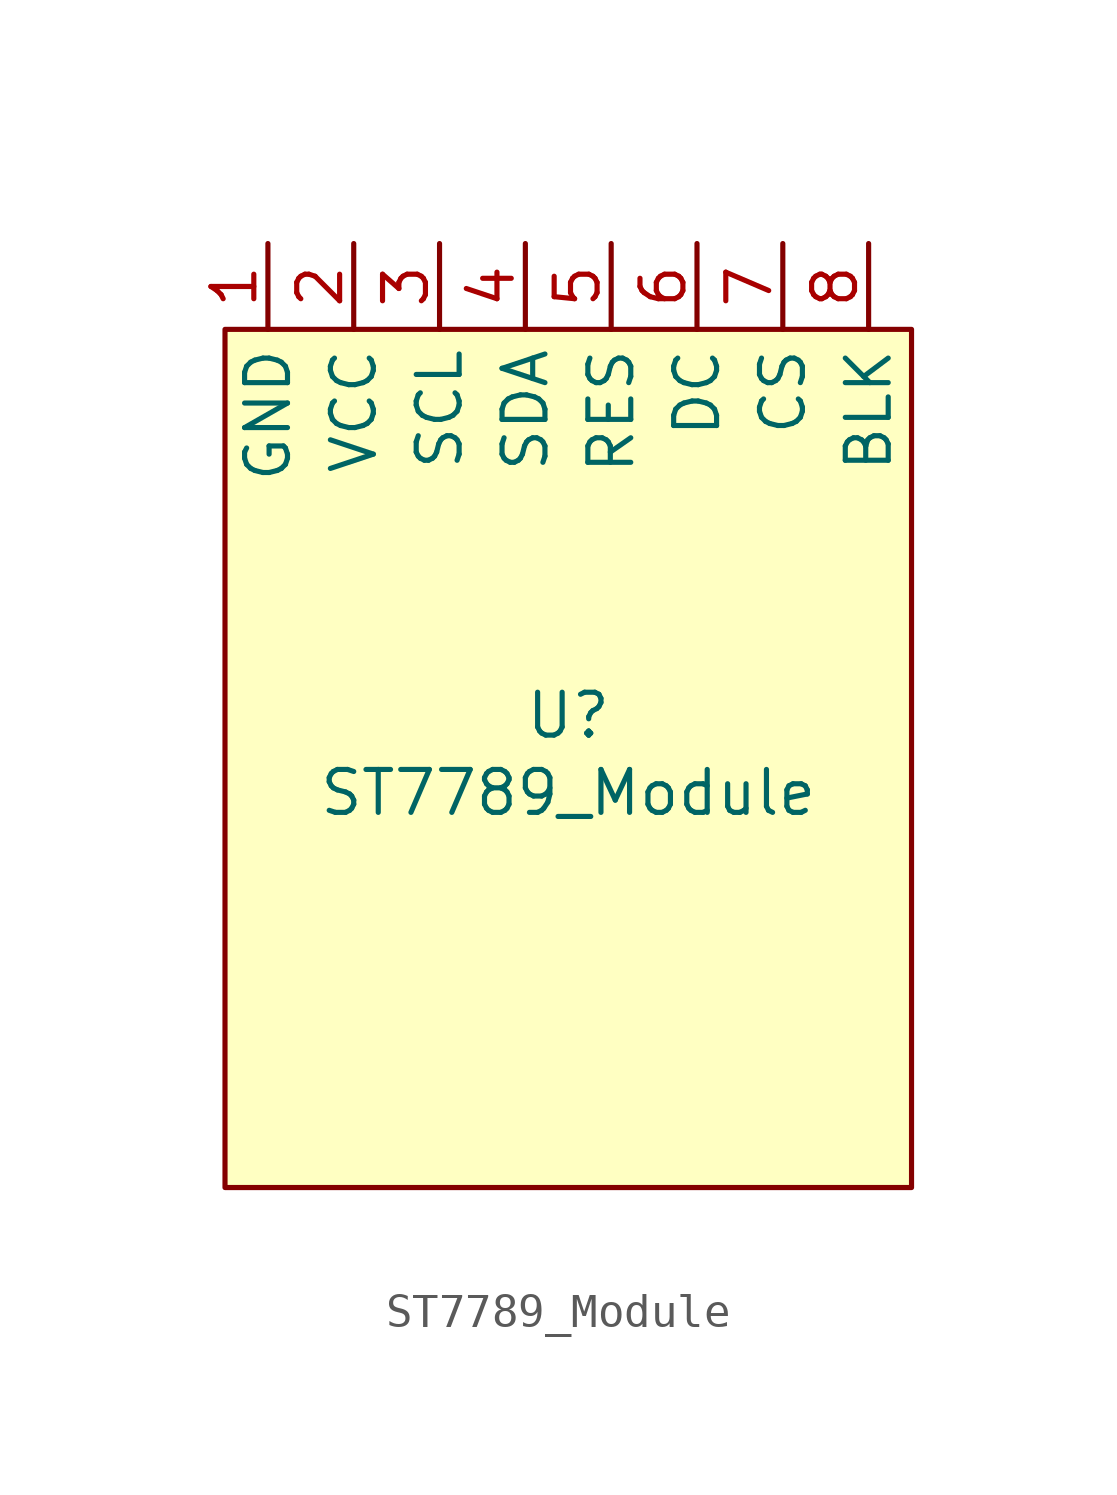
<source format=kicad_sym>
(kicad_symbol_lib
  (version 20241209)
  (generator "kicad_symbol_editor")
  (generator_version "9.0")
  (symbol "ST7789_Module"
    (property "Reference" "U"
      (at 0 0 0)
      (effects (font (size 1.27 1.27))))
    (property "Value" "ST7789_Module"
      (at 0 -2.286 0)
      (effects (font (size 1.27 1.27))))
    (symbol "ST7789_Module_1_1"
      (rectangle (start -10.16 11.43) (end 10.16 -13.97) (stroke (width 0) (type solid)) (fill (type background)))
      (pin input line (at -8.89 13.97 270) (length 2.54) (name "GND" (effects (font (size 1.27 1.27)))) (number "1" (effects (font (size 1.27 1.27)))))
      (pin input line (at -6.35 13.97 270) (length 2.54) (name "VCC" (effects (font (size 1.27 1.27)))) (number "2" (effects (font (size 1.27 1.27)))))
      (pin input line (at -3.81 13.97 270) (length 2.54) (name "SCL" (effects (font (size 1.27 1.27)))) (number "3" (effects (font (size 1.27 1.27)))))
      (pin input line (at -1.27 13.97 270) (length 2.54) (name "SDA" (effects (font (size 1.27 1.27)))) (number "4" (effects (font (size 1.27 1.27)))))
      (pin input line (at 1.27 13.97 270) (length 2.54) (name "RES" (effects (font (size 1.27 1.27)))) (number "5" (effects (font (size 1.27 1.27)))))
      (pin input line (at 3.81 13.97 270) (length 2.54) (name "DC" (effects (font (size 1.27 1.27)))) (number "6" (effects (font (size 1.27 1.27)))))
      (pin input line (at 6.35 13.97 270) (length 2.54) (name "CS" (effects (font (size 1.27 1.27)))) (number "7" (effects (font (size 1.27 1.27)))))
      (pin input line (at 8.89 13.97 270) (length 2.54) (name "BLK" (effects (font (size 1.27 1.27)))) (number "8" (effects (font (size 1.27 1.27))))))))
</source>
